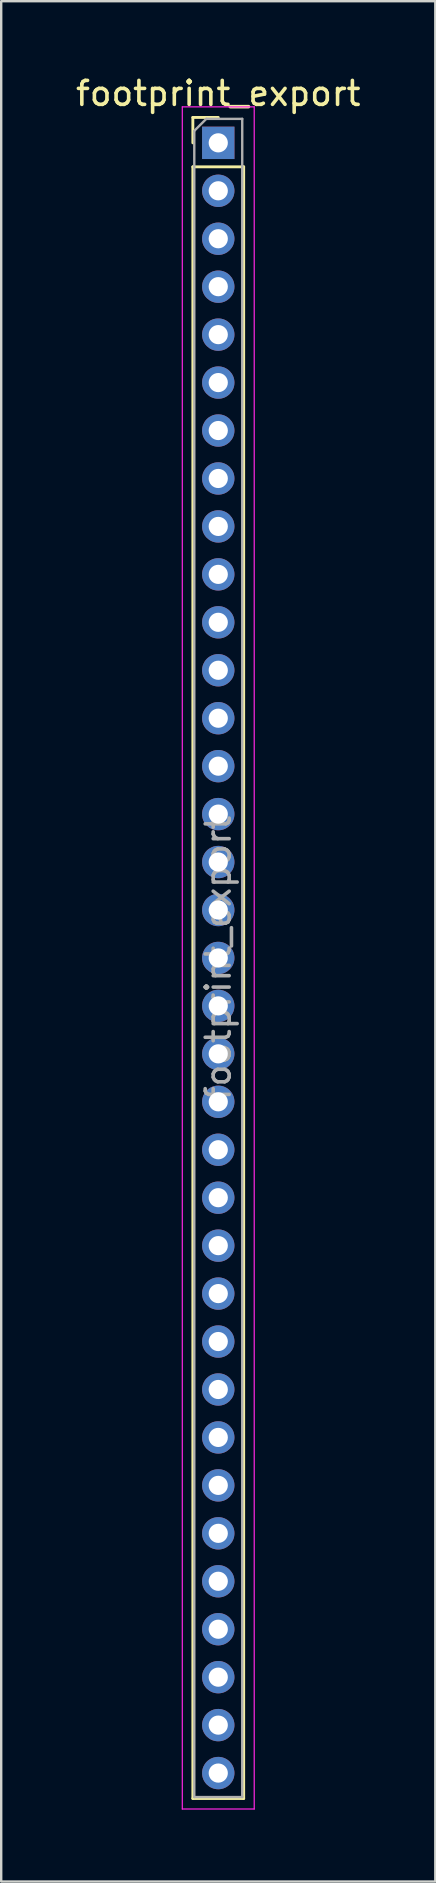
<source format=kicad_pcb>
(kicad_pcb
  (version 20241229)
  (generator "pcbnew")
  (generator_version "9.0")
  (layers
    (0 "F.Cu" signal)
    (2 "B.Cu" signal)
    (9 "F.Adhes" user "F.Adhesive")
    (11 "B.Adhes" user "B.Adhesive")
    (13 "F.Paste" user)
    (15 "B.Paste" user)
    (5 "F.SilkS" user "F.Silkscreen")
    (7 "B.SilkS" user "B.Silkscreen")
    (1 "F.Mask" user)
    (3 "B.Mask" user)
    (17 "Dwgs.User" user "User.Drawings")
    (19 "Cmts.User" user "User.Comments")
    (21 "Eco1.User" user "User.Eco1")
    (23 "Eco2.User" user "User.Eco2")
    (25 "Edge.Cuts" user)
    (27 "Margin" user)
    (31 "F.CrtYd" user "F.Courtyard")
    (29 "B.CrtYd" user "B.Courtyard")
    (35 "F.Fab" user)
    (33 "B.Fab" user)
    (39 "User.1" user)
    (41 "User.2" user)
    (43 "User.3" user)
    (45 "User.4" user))
  (footprint "footprint_export"
    (layer "F.Cu")
    (at 6.054 2.908)
    (property "Reference" "footprint_export" (at 0 -2.06 0) (layer "F.SilkS") (effects (font (size 1 1) (thickness 0.15))))
    (attr through_hole)
    (fp_line (start -1.06 -1.06) (end 0 -1.06) (stroke (width 0.12) (type solid)) (layer "F.SilkS"))
    (fp_line (start -1.06 0) (end -1.06 -1.06) (stroke (width 0.12) (type solid)) (layer "F.SilkS"))
    (fp_line (start -1.06 1) (end -1.06 69.06) (stroke (width 0.12) (type solid)) (layer "F.SilkS"))
    (fp_line (start -1.06 1) (end 1.06 1) (stroke (width 0.12) (type solid)) (layer "F.SilkS"))
    (fp_line (start -1.06 69.06) (end 1.06 69.06) (stroke (width 0.12) (type solid)) (layer "F.SilkS"))
    (fp_line (start 1.06 1) (end 1.06 69.06) (stroke (width 0.12) (type solid)) (layer "F.SilkS"))
    (fp_line (start -1.5 -1.5) (end -1.5 69.5) (stroke (width 0.05) (type solid)) (layer "F.CrtYd"))
    (fp_line (start -1.5 69.5) (end 1.5 69.5) (stroke (width 0.05) (type solid)) (layer "F.CrtYd"))
    (fp_line (start 1.5 -1.5) (end -1.5 -1.5) (stroke (width 0.05) (type solid)) (layer "F.CrtYd"))
    (fp_line (start 1.5 69.5) (end 1.5 -1.5) (stroke (width 0.05) (type solid)) (layer "F.CrtYd"))
    (fp_line (start -1 -0.5) (end -0.5 -1) (stroke (width 0.1) (type solid)) (layer "F.Fab"))
    (fp_line (start -1 69) (end -1 -0.5) (stroke (width 0.1) (type solid)) (layer "F.Fab"))
    (fp_line (start -0.5 -1) (end 1 -1) (stroke (width 0.1) (type solid)) (layer "F.Fab"))
    (fp_line (start 1 -1) (end 1 69) (stroke (width 0.1) (type solid)) (layer "F.Fab"))
    (fp_line (start 1 69) (end -1 69) (stroke (width 0.1) (type solid)) (layer "F.Fab"))
    (fp_text user "${REFERENCE}" (at 0 34 90) (layer "F.Fab") (effects (font (size 1 1) (thickness 0.15))))
    (pad "1" thru_hole rect (at 0 0) (size 1.35 1.35) (drill 0.8) (layers "*.Cu" "*.Mask"))
    (pad "2" thru_hole oval (at 0 2) (size 1.35 1.35) (drill 0.8) (layers "*.Cu" "*.Mask"))
    (pad "3" thru_hole oval (at 0 4) (size 1.35 1.35) (drill 0.8) (layers "*.Cu" "*.Mask"))
    (pad "4" thru_hole oval (at 0 6) (size 1.35 1.35) (drill 0.8) (layers "*.Cu" "*.Mask"))
    (pad "5" thru_hole oval (at 0 8) (size 1.35 1.35) (drill 0.8) (layers "*.Cu" "*.Mask"))
    (pad "6" thru_hole oval (at 0 10) (size 1.35 1.35) (drill 0.8) (layers "*.Cu" "*.Mask"))
    (pad "7" thru_hole oval (at 0 12) (size 1.35 1.35) (drill 0.8) (layers "*.Cu" "*.Mask"))
    (pad "8" thru_hole oval (at 0 14) (size 1.35 1.35) (drill 0.8) (layers "*.Cu" "*.Mask"))
    (pad "9" thru_hole oval (at 0 16) (size 1.35 1.35) (drill 0.8) (layers "*.Cu" "*.Mask"))
    (pad "10" thru_hole oval (at 0 18) (size 1.35 1.35) (drill 0.8) (layers "*.Cu" "*.Mask"))
    (pad "11" thru_hole oval (at 0 20) (size 1.35 1.35) (drill 0.8) (layers "*.Cu" "*.Mask"))
    (pad "12" thru_hole oval (at 0 22) (size 1.35 1.35) (drill 0.8) (layers "*.Cu" "*.Mask"))
    (pad "13" thru_hole oval (at 0 24) (size 1.35 1.35) (drill 0.8) (layers "*.Cu" "*.Mask"))
    (pad "14" thru_hole oval (at 0 26) (size 1.35 1.35) (drill 0.8) (layers "*.Cu" "*.Mask"))
    (pad "15" thru_hole oval (at 0 28) (size 1.35 1.35) (drill 0.8) (layers "*.Cu" "*.Mask"))
    (pad "16" thru_hole oval (at 0 30) (size 1.35 1.35) (drill 0.8) (layers "*.Cu" "*.Mask"))
    (pad "17" thru_hole oval (at 0 32) (size 1.35 1.35) (drill 0.8) (layers "*.Cu" "*.Mask"))
    (pad "18" thru_hole oval (at 0 34) (size 1.35 1.35) (drill 0.8) (layers "*.Cu" "*.Mask"))
    (pad "19" thru_hole oval (at 0 36) (size 1.35 1.35) (drill 0.8) (layers "*.Cu" "*.Mask"))
    (pad "20" thru_hole oval (at 0 38) (size 1.35 1.35) (drill 0.8) (layers "*.Cu" "*.Mask"))
    (pad "21" thru_hole oval (at 0 40) (size 1.35 1.35) (drill 0.8) (layers "*.Cu" "*.Mask"))
    (pad "22" thru_hole oval (at 0 42) (size 1.35 1.35) (drill 0.8) (layers "*.Cu" "*.Mask"))
    (pad "23" thru_hole oval (at 0 44) (size 1.35 1.35) (drill 0.8) (layers "*.Cu" "*.Mask"))
    (pad "24" thru_hole oval (at 0 46) (size 1.35 1.35) (drill 0.8) (layers "*.Cu" "*.Mask"))
    (pad "25" thru_hole oval (at 0 48) (size 1.35 1.35) (drill 0.8) (layers "*.Cu" "*.Mask"))
    (pad "26" thru_hole oval (at 0 50) (size 1.35 1.35) (drill 0.8) (layers "*.Cu" "*.Mask"))
    (pad "27" thru_hole oval (at 0 52) (size 1.35 1.35) (drill 0.8) (layers "*.Cu" "*.Mask"))
    (pad "28" thru_hole oval (at 0 54) (size 1.35 1.35) (drill 0.8) (layers "*.Cu" "*.Mask"))
    (pad "29" thru_hole oval (at 0 56) (size 1.35 1.35) (drill 0.8) (layers "*.Cu" "*.Mask"))
    (pad "30" thru_hole oval (at 0 58) (size 1.35 1.35) (drill 0.8) (layers "*.Cu" "*.Mask"))
    (pad "31" thru_hole oval (at 0 60) (size 1.35 1.35) (drill 0.8) (layers "*.Cu" "*.Mask"))
    (pad "32" thru_hole oval (at 0 62) (size 1.35 1.35) (drill 0.8) (layers "*.Cu" "*.Mask"))
    (pad "33" thru_hole oval (at 0 64) (size 1.35 1.35) (drill 0.8) (layers "*.Cu" "*.Mask"))
    (pad "34" thru_hole oval (at 0 66) (size 1.35 1.35) (drill 0.8) (layers "*.Cu" "*.Mask"))
    (pad "35" thru_hole oval (at 0 68) (size 1.35 1.35) (drill 0.8) (layers "*.Cu" "*.Mask")))
  (gr_rect
    (start -3 -3)
    (end 15.107 75.433)
    (stroke (width 0.1) (type default))
    (fill no)
    (layer "Edge.Cuts")))
</source>
